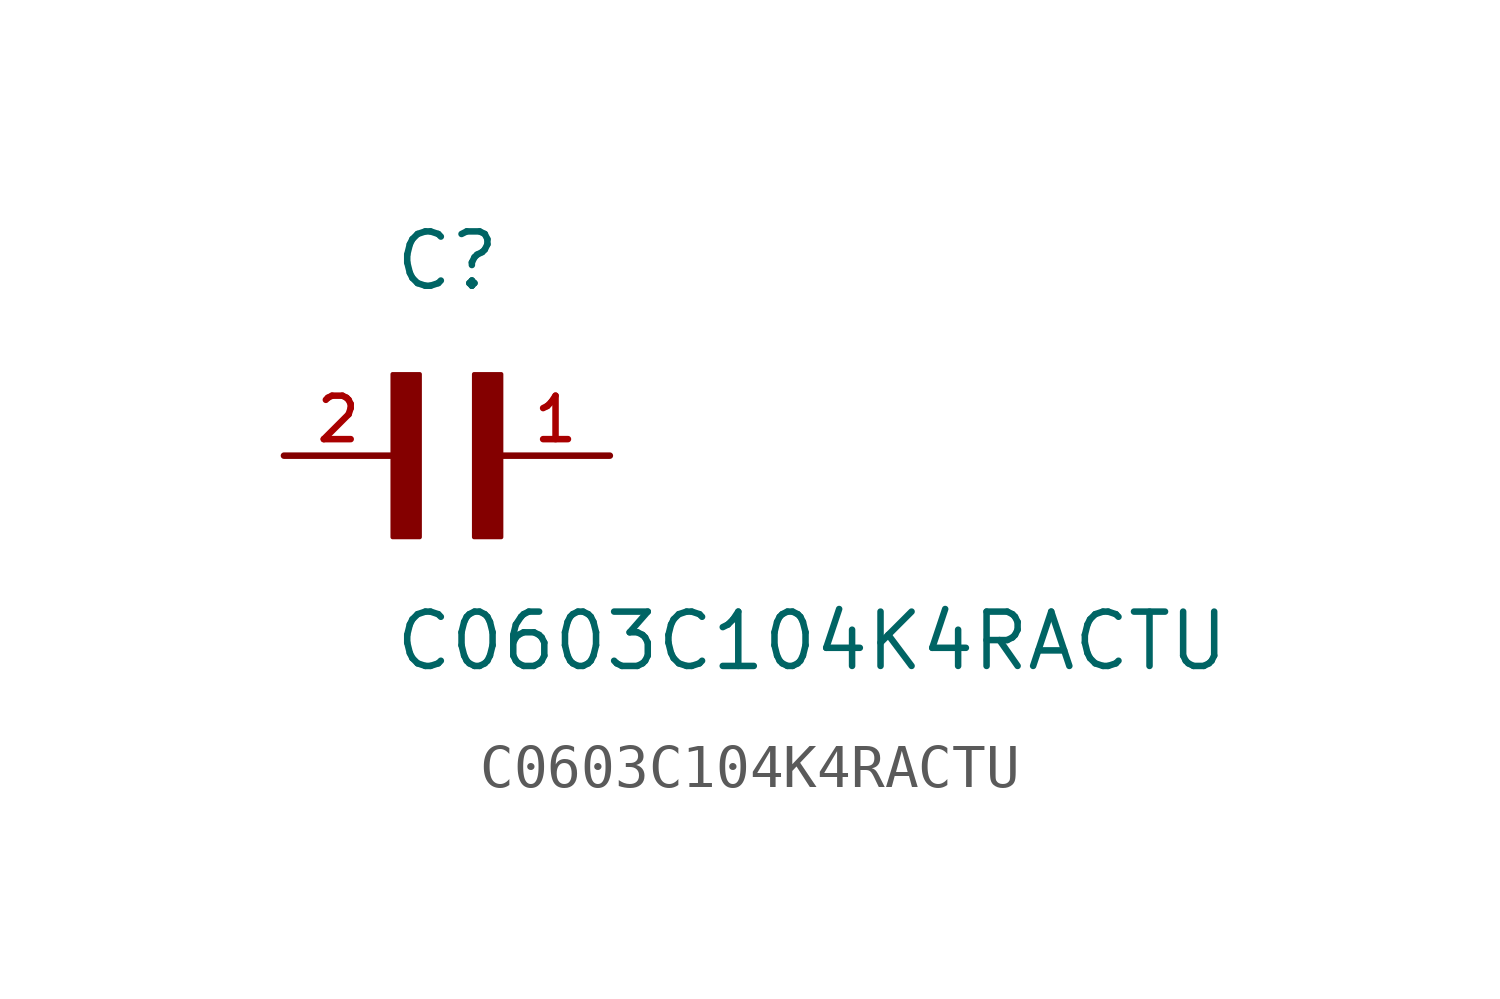
<source format=kicad_sym>
(kicad_symbol_lib
  (version 20211014)
  (generator kicad_symbol_editor)
  (symbol "C0603C104K4RACTU"
    (pin_names
      (offset 1.016))
    (property "Reference" "C"
      (at 0.0 3.81 0)
      (effects (font (size 1.27 1.27)) (justify bottom left)))
    (property "Value" "C0603C104K4RACTU"
      (at 0.0 -5.08 0)
      (effects (font (size 1.27 1.27)) (justify bottom left)))
    (symbol "C0603C104K4RACTU_0_0"
      (rectangle (start 0.0 -1.905) (end 0.635 1.905) (stroke (width 0.1)) (fill (type outline)))
      (rectangle (start 1.905 -1.905) (end 2.54 1.905) (stroke (width 0.1)) (fill (type outline)))
      (pin passive line (at 5.08 0.0 180.0) (length 2.54) (name "~" (effects (font (size 1.016 1.016)))) (number "1" (effects (font (size 1.016 1.016)))))
      (pin passive line (at -2.54 0.0 0) (length 2.54) (name "~" (effects (font (size 1.016 1.016)))) (number "2" (effects (font (size 1.016 1.016))))))))
</source>
